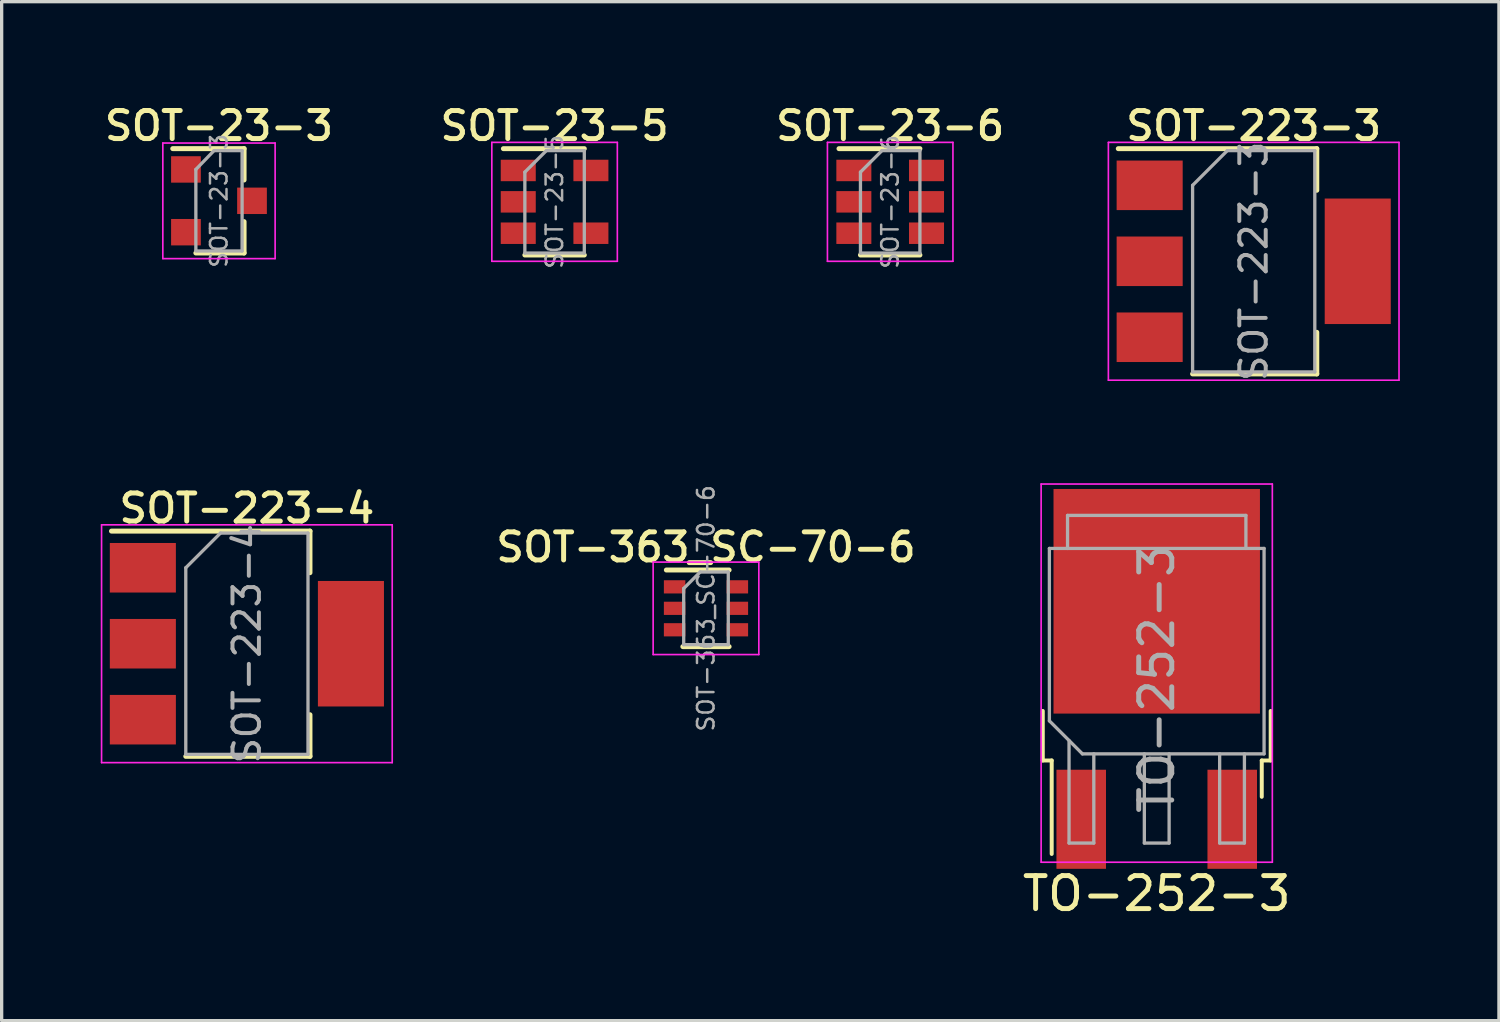
<source format=kicad_pcb>
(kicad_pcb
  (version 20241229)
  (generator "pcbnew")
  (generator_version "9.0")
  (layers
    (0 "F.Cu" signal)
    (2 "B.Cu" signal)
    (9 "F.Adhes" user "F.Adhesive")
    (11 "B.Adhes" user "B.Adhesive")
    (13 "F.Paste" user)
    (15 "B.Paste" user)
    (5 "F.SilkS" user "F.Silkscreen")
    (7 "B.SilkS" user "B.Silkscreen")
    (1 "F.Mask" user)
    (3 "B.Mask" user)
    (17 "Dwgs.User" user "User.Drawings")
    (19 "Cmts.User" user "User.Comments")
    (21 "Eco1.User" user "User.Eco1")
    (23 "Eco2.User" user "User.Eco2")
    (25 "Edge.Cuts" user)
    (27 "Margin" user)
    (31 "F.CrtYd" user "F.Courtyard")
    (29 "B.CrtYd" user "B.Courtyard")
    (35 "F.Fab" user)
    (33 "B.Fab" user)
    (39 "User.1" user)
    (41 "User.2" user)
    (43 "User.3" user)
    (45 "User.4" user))
  (footprint "SOT-223-3"
    (layer "F.Cu")
    (at 34.908 4.861)
    (property "Reference" "SOT-223-3" (at 0 -4.1 0) (layer "F.SilkS") (effects (font (size 0.85 0.85) (thickness 0.15))))
    (attr smd)
    (fp_line (start -4.1 -3.41) (end 1.91 -3.41) (stroke (width 0.15) (type solid)) (layer "F.SilkS"))
    (fp_line (start -1.85 3.41) (end 1.91 3.41) (stroke (width 0.15) (type solid)) (layer "F.SilkS"))
    (fp_line (start 1.91 -3.41) (end 1.91 -2.15) (stroke (width 0.15) (type solid)) (layer "F.SilkS"))
    (fp_line (start 1.91 3.41) (end 1.91 2.15) (stroke (width 0.15) (type solid)) (layer "F.SilkS"))
    (fp_line (start -4.4 -3.6) (end -4.4 3.6) (stroke (width 0.05) (type solid)) (layer "F.CrtYd"))
    (fp_line (start -4.4 3.6) (end 4.4 3.6) (stroke (width 0.05) (type solid)) (layer "F.CrtYd"))
    (fp_line (start 4.4 -3.6) (end -4.4 -3.6) (stroke (width 0.05) (type solid)) (layer "F.CrtYd"))
    (fp_line (start 4.4 3.6) (end 4.4 -3.6) (stroke (width 0.05) (type solid)) (layer "F.CrtYd"))
    (fp_line (start -1.85 -2.3) (end -1.85 3.35) (stroke (width 0.1) (type solid)) (layer "F.Fab"))
    (fp_line (start -1.85 -2.3) (end -0.8 -3.35) (stroke (width 0.1) (type solid)) (layer "F.Fab"))
    (fp_line (start -1.85 3.35) (end 1.85 3.35) (stroke (width 0.1) (type solid)) (layer "F.Fab"))
    (fp_line (start -0.8 -3.35) (end 1.85 -3.35) (stroke (width 0.1) (type solid)) (layer "F.Fab"))
    (fp_line (start 1.85 -3.35) (end 1.85 3.35) (stroke (width 0.1) (type solid)) (layer "F.Fab"))
    (fp_text user "${REFERENCE}" (at 0 0 90) (layer "F.Fab") (effects (font (size 0.8 0.8) (thickness 0.12))))
    (pad "1" smd rect (at -3.15 -2.3) (size 2 1.5) (layers "F.Cu" "F.Mask" "F.Paste"))
    (pad "2" smd rect (at -3.15 0) (size 2 1.5) (layers "F.Cu" "F.Mask" "F.Paste"))
    (pad "3" smd rect (at -3.15 2.3) (size 2 1.5) (layers "F.Cu" "F.Mask" "F.Paste"))
    (pad "4" smd rect (at 3.15 0) (size 2 3.8) (layers "F.Cu" "F.Mask" "F.Paste")))
  (footprint "SOT-223-4"
    (layer "F.Cu")
    (at 4.425 16.44)
    (property "Reference" "SOT-223-4" (at 0 -4.1 0) (layer "F.SilkS") (effects (font (size 0.85 0.85) (thickness 0.15))))
    (attr smd)
    (fp_line (start -4.1 -3.41) (end 1.91 -3.41) (stroke (width 0.15) (type solid)) (layer "F.SilkS"))
    (fp_line (start -1.85 3.41) (end 1.91 3.41) (stroke (width 0.15) (type solid)) (layer "F.SilkS"))
    (fp_line (start 1.91 -3.41) (end 1.91 -2.15) (stroke (width 0.15) (type solid)) (layer "F.SilkS"))
    (fp_line (start 1.91 3.41) (end 1.91 2.15) (stroke (width 0.15) (type solid)) (layer "F.SilkS"))
    (fp_line (start -4.4 -3.6) (end -4.4 3.6) (stroke (width 0.05) (type solid)) (layer "F.CrtYd"))
    (fp_line (start -4.4 3.6) (end 4.4 3.6) (stroke (width 0.05) (type solid)) (layer "F.CrtYd"))
    (fp_line (start 4.4 -3.6) (end -4.4 -3.6) (stroke (width 0.05) (type solid)) (layer "F.CrtYd"))
    (fp_line (start 4.4 3.6) (end 4.4 -3.6) (stroke (width 0.05) (type solid)) (layer "F.CrtYd"))
    (fp_line (start -1.85 -2.3) (end -1.85 3.35) (stroke (width 0.1) (type solid)) (layer "F.Fab"))
    (fp_line (start -1.85 -2.3) (end -0.8 -3.35) (stroke (width 0.1) (type solid)) (layer "F.Fab"))
    (fp_line (start -1.85 3.35) (end 1.85 3.35) (stroke (width 0.1) (type solid)) (layer "F.Fab"))
    (fp_line (start -0.8 -3.35) (end 1.85 -3.35) (stroke (width 0.1) (type solid)) (layer "F.Fab"))
    (fp_line (start 1.85 -3.35) (end 1.85 3.35) (stroke (width 0.1) (type solid)) (layer "F.Fab"))
    (fp_text user "${REFERENCE}" (at 0 0 90) (layer "F.Fab") (effects (font (size 0.8 0.8) (thickness 0.12))))
    (pad "" smd rect (at 2.62 -1) (size 0.9 1.75) (layers "F.Paste"))
    (pad "" smd rect (at 2.62 1) (size 0.9 1.75) (layers "F.Paste"))
    (pad "" smd rect (at 3.68 -1) (size 0.9 1.75) (layers "F.Paste"))
    (pad "" smd rect (at 3.68 1) (size 0.9 1.75) (layers "F.Paste"))
    (pad "1" smd rect (at -3.15 -2.3) (size 2 1.5) (layers "F.Cu" "F.Mask" "F.Paste"))
    (pad "2" smd rect (at -3.15 0) (size 2 1.5) (layers "F.Cu" "F.Mask" "F.Paste"))
    (pad "3" smd rect (at -3.15 2.3) (size 2 1.5) (layers "F.Cu" "F.Mask" "F.Paste"))
    (pad "4" smd rect (at 3.15 0) (size 2 3.8) (layers "F.Cu" "F.Mask")))
  (footprint "SOT-23-5"
    (layer "F.Cu")
    (at 13.741 3.061)
    (property "Reference" "SOT-23-5" (at 0 -2.3 0) (layer "F.SilkS") (effects (font (size 0.85 0.85) (thickness 0.15))))
    (attr smd)
    (fp_line (start -0.9 1.61) (end 0.9 1.61) (stroke (width 0.15) (type solid)) (layer "F.SilkS"))
    (fp_line (start 0.9 -1.61) (end -1.55 -1.61) (stroke (width 0.15) (type solid)) (layer "F.SilkS"))
    (fp_line (start -1.9 -1.8) (end 1.9 -1.8) (stroke (width 0.05) (type solid)) (layer "F.CrtYd"))
    (fp_line (start -1.9 1.8) (end -1.9 -1.8) (stroke (width 0.05) (type solid)) (layer "F.CrtYd"))
    (fp_line (start 1.9 -1.8) (end 1.9 1.8) (stroke (width 0.05) (type solid)) (layer "F.CrtYd"))
    (fp_line (start 1.9 1.8) (end -1.9 1.8) (stroke (width 0.05) (type solid)) (layer "F.CrtYd"))
    (fp_line (start -0.9 -0.9) (end -0.9 1.55) (stroke (width 0.1) (type solid)) (layer "F.Fab"))
    (fp_line (start -0.9 -0.9) (end -0.25 -1.55) (stroke (width 0.1) (type solid)) (layer "F.Fab"))
    (fp_line (start 0.9 -1.55) (end -0.25 -1.55) (stroke (width 0.1) (type solid)) (layer "F.Fab"))
    (fp_line (start 0.9 -1.55) (end 0.9 1.55) (stroke (width 0.1) (type solid)) (layer "F.Fab"))
    (fp_line (start 0.9 1.55) (end -0.9 1.55) (stroke (width 0.1) (type solid)) (layer "F.Fab"))
    (fp_text user "${REFERENCE}" (at 0 0 90) (layer "F.Fab") (effects (font (size 0.5 0.5) (thickness 0.075))))
    (pad "1" smd rect (at -1.1 -0.95) (size 1.06 0.65) (layers "F.Cu" "F.Mask" "F.Paste"))
    (pad "2" smd rect (at -1.1 0) (size 1.06 0.65) (layers "F.Cu" "F.Mask" "F.Paste"))
    (pad "3" smd rect (at -1.1 0.95) (size 1.06 0.65) (layers "F.Cu" "F.Mask" "F.Paste"))
    (pad "4" smd rect (at 1.1 0.95) (size 1.06 0.65) (layers "F.Cu" "F.Mask" "F.Paste"))
    (pad "5" smd rect (at 1.1 -0.95) (size 1.06 0.65) (layers "F.Cu" "F.Mask" "F.Paste")))
  (footprint "SOT-23-6"
    (layer "F.Cu")
    (at 23.902 3.061)
    (property "Reference" "SOT-23-6" (at 0 -2.3 0) (layer "F.SilkS") (effects (font (size 0.85 0.85) (thickness 0.15))))
    (attr smd)
    (fp_line (start -0.9 1.61) (end 0.9 1.61) (stroke (width 0.15) (type solid)) (layer "F.SilkS"))
    (fp_line (start 0.9 -1.61) (end -1.55 -1.61) (stroke (width 0.15) (type solid)) (layer "F.SilkS"))
    (fp_line (start -1.9 -1.8) (end -1.9 1.8) (stroke (width 0.05) (type solid)) (layer "F.CrtYd"))
    (fp_line (start -1.9 1.8) (end 1.9 1.8) (stroke (width 0.05) (type solid)) (layer "F.CrtYd"))
    (fp_line (start 1.9 -1.8) (end -1.9 -1.8) (stroke (width 0.05) (type solid)) (layer "F.CrtYd"))
    (fp_line (start 1.9 1.8) (end 1.9 -1.8) (stroke (width 0.05) (type solid)) (layer "F.CrtYd"))
    (fp_line (start -0.9 -0.9) (end -0.9 1.55) (stroke (width 0.1) (type solid)) (layer "F.Fab"))
    (fp_line (start -0.9 -0.9) (end -0.25 -1.55) (stroke (width 0.1) (type solid)) (layer "F.Fab"))
    (fp_line (start 0.9 -1.55) (end -0.25 -1.55) (stroke (width 0.1) (type solid)) (layer "F.Fab"))
    (fp_line (start 0.9 -1.55) (end 0.9 1.55) (stroke (width 0.1) (type solid)) (layer "F.Fab"))
    (fp_line (start 0.9 1.55) (end -0.9 1.55) (stroke (width 0.1) (type solid)) (layer "F.Fab"))
    (fp_text user "${REFERENCE}" (at 0 0 90) (layer "F.Fab") (effects (font (size 0.5 0.5) (thickness 0.075))))
    (pad "1" smd rect (at -1.1 -0.95) (size 1.06 0.65) (layers "F.Cu" "F.Mask" "F.Paste"))
    (pad "2" smd rect (at -1.1 0) (size 1.06 0.65) (layers "F.Cu" "F.Mask" "F.Paste"))
    (pad "3" smd rect (at -1.1 0.95) (size 1.06 0.65) (layers "F.Cu" "F.Mask" "F.Paste"))
    (pad "4" smd rect (at 1.1 0.95) (size 1.06 0.65) (layers "F.Cu" "F.Mask" "F.Paste"))
    (pad "5" smd rect (at 1.1 0) (size 1.06 0.65) (layers "F.Cu" "F.Mask" "F.Paste"))
    (pad "6" smd rect (at 1.1 -0.95) (size 1.06 0.65) (layers "F.Cu" "F.Mask" "F.Paste")))
  (footprint "SOT-363_SC-70-6"
    (layer "F.Cu")
    (at 18.325 15.368)
    (property "Reference" "SOT-363_SC-70-6" (at 0 -1.85 0) (layer "F.SilkS") (effects (font (size 0.85 0.85) (thickness 0.15))))
    (attr smd)
    (fp_line (start -0.7 1.16) (end 0.7 1.16) (stroke (width 0.15) (type solid)) (layer "F.SilkS"))
    (fp_line (start 0.7 -1.16) (end -1.2 -1.16) (stroke (width 0.15) (type solid)) (layer "F.SilkS"))
    (fp_line (start -1.6 -1.4) (end -1.6 1.4) (stroke (width 0.05) (type solid)) (layer "F.CrtYd"))
    (fp_line (start -1.6 -1.4) (end 1.6 -1.4) (stroke (width 0.05) (type solid)) (layer "F.CrtYd"))
    (fp_line (start -1.6 1.4) (end 1.6 1.4) (stroke (width 0.05) (type solid)) (layer "F.CrtYd"))
    (fp_line (start 1.6 1.4) (end 1.6 -1.4) (stroke (width 0.05) (type solid)) (layer "F.CrtYd"))
    (fp_line (start -0.675 -0.6) (end -0.675 1.1) (stroke (width 0.1) (type solid)) (layer "F.Fab"))
    (fp_line (start -0.175 -1.1) (end -0.675 -0.6) (stroke (width 0.1) (type solid)) (layer "F.Fab"))
    (fp_line (start 0.675 -1.1) (end -0.175 -1.1) (stroke (width 0.1) (type solid)) (layer "F.Fab"))
    (fp_line (start 0.675 -1.1) (end 0.675 1.1) (stroke (width 0.1) (type solid)) (layer "F.Fab"))
    (fp_line (start 0.675 1.1) (end -0.675 1.1) (stroke (width 0.1) (type solid)) (layer "F.Fab"))
    (fp_text user "${REFERENCE}" (at 0 0 90) (layer "F.Fab") (effects (font (size 0.5 0.5) (thickness 0.075))))
    (pad "1" smd rect (at -0.95 -0.65) (size 0.65 0.4) (layers "F.Cu" "F.Mask" "F.Paste"))
    (pad "2" smd rect (at -0.95 0) (size 0.65 0.4) (layers "F.Cu" "F.Mask" "F.Paste"))
    (pad "3" smd rect (at -0.95 0.65) (size 0.65 0.4) (layers "F.Cu" "F.Mask" "F.Paste"))
    (pad "4" smd rect (at 0.95 0.65) (size 0.65 0.4) (layers "F.Cu" "F.Mask" "F.Paste"))
    (pad "5" smd rect (at 0.95 0) (size 0.65 0.4) (layers "F.Cu" "F.Mask" "F.Paste"))
    (pad "6" smd rect (at 0.95 -0.65) (size 0.65 0.4) (layers "F.Cu" "F.Mask" "F.Paste")))
  (footprint "TO-252-3"
    (layer "F.Cu")
    (at 31.972 17.505)
    (property "Reference" "TO-252-3" (at 0 6.5 0) (layer "F.SilkS") (effects (font (size 1 1) (thickness 0.15))))
    (attr smd)
    (fp_line (start -3.45 0.97) (end -3.45 2.47) (stroke (width 0.12) (type solid)) (layer "F.SilkS"))
    (fp_line (start -3.45 2.47) (end -3.18 2.47) (stroke (width 0.12) (type solid)) (layer "F.SilkS"))
    (fp_line (start -3.18 2.47) (end -3.18 5.3) (stroke (width 0.12) (type solid)) (layer "F.SilkS"))
    (fp_line (start 3.18 2.47) (end 3.18 3.57) (stroke (width 0.12) (type solid)) (layer "F.SilkS"))
    (fp_line (start 3.45 0.97) (end 3.45 2.47) (stroke (width 0.12) (type solid)) (layer "F.SilkS"))
    (fp_line (start 3.45 2.47) (end 3.18 2.47) (stroke (width 0.12) (type solid)) (layer "F.SilkS"))
    (fp_line (start -3.5 -5.9) (end -3.5 5.55) (stroke (width 0.05) (type solid)) (layer "F.CrtYd"))
    (fp_line (start -3.5 5.55) (end 3.5 5.55) (stroke (width 0.05) (type solid)) (layer "F.CrtYd"))
    (fp_line (start 3.5 -5.9) (end -3.5 -5.9) (stroke (width 0.05) (type solid)) (layer "F.CrtYd"))
    (fp_line (start 3.5 5.55) (end 3.5 -5.9) (stroke (width 0.05) (type solid)) (layer "F.CrtYd"))
    (fp_line (start -3.25 -3.95) (end 3.25 -3.95) (stroke (width 0.1) (type solid)) (layer "F.Fab"))
    (fp_line (start -3.25 1.27) (end -3.25 -3.95) (stroke (width 0.1) (type solid)) (layer "F.Fab"))
    (fp_line (start -2.7 -4.95) (end 2.7 -4.95) (stroke (width 0.1) (type solid)) (layer "F.Fab"))
    (fp_line (start -2.7 -3.95) (end -2.7 -4.95) (stroke (width 0.1) (type solid)) (layer "F.Fab"))
    (fp_line (start -2.655 1.865) (end -2.655 4.97) (stroke (width 0.1) (type solid)) (layer "F.Fab"))
    (fp_line (start -2.655 4.97) (end -1.905 4.97) (stroke (width 0.1) (type solid)) (layer "F.Fab"))
    (fp_line (start -2.25 2.27) (end -3.25 1.27) (stroke (width 0.1) (type solid)) (layer "F.Fab"))
    (fp_line (start -1.905 4.97) (end -1.905 2.27) (stroke (width 0.1) (type solid)) (layer "F.Fab"))
    (fp_line (start -0.375 2.27) (end -0.375 4.97) (stroke (width 0.1) (type solid)) (layer "F.Fab"))
    (fp_line (start -0.375 4.97) (end 0.375 4.97) (stroke (width 0.1) (type solid)) (layer "F.Fab"))
    (fp_line (start 0.375 4.97) (end 0.375 2.27) (stroke (width 0.1) (type solid)) (layer "F.Fab"))
    (fp_line (start 1.905 2.27) (end 1.905 4.97) (stroke (width 0.1) (type solid)) (layer "F.Fab"))
    (fp_line (start 1.905 4.97) (end 2.655 4.97) (stroke (width 0.1) (type solid)) (layer "F.Fab"))
    (fp_line (start 2.655 4.97) (end 2.655 2.27) (stroke (width 0.1) (type solid)) (layer "F.Fab"))
    (fp_line (start 2.7 -4.95) (end 2.7 -3.95) (stroke (width 0.1) (type solid)) (layer "F.Fab"))
    (fp_line (start 3.25 -3.95) (end 3.25 2.27) (stroke (width 0.1) (type solid)) (layer "F.Fab"))
    (fp_line (start 3.25 2.27) (end -2.25 2.27) (stroke (width 0.1) (type solid)) (layer "F.Fab"))
    (fp_text user "${REFERENCE}" (at 0 0 90) (layer "F.Fab") (effects (font (size 1 1) (thickness 0.15))))
    (pad "" smd rect (at -1.7 -4.1 90) (size 3.1 2.8) (layers "F.Paste"))
    (pad "" smd rect (at -1.7 -0.6 90) (size 3.1 2.8) (layers "F.Paste"))
    (pad "" smd rect (at 1.688 -4.1 90) (size 3.1 2.8) (layers "F.Paste"))
    (pad "" smd rect (at 1.7 -0.6 90) (size 3.1 2.8) (layers "F.Paste"))
    (pad "1" smd rect (at -2.286 4.25) (size 1.5 3) (layers "F.Cu" "F.Mask" "F.Paste"))
    (pad "2" smd rect (at 2.286 4.25) (size 1.5 3) (layers "F.Cu" "F.Mask" "F.Paste"))
    (pad "3" smd rect (at 0 -2.35) (size 6.25 6.8) (layers "F.Cu" "F.Mask")))
  (footprint "SOT-23-3"
    (layer "F.Cu")
    (at 3.58 3.03)
    (property "Reference" "SOT-23-3" (at 0 -2.27 0) (layer "F.SilkS") (effects (font (size 0.85 0.85) (thickness 0.15))))
    (attr smd)
    (fp_line (start 0.76 -1.58) (end -1.4 -1.58) (stroke (width 0.15) (type solid)) (layer "F.SilkS"))
    (fp_line (start 0.76 -1.58) (end 0.76 -0.63) (stroke (width 0.15) (type solid)) (layer "F.SilkS"))
    (fp_line (start 0.76 1.58) (end -0.7 1.58) (stroke (width 0.15) (type solid)) (layer "F.SilkS"))
    (fp_line (start 0.76 1.58) (end 0.76 0.63) (stroke (width 0.15) (type solid)) (layer "F.SilkS"))
    (fp_line (start -1.7 -1.75) (end 1.7 -1.75) (stroke (width 0.05) (type solid)) (layer "F.CrtYd"))
    (fp_line (start -1.7 1.75) (end -1.7 -1.75) (stroke (width 0.05) (type solid)) (layer "F.CrtYd"))
    (fp_line (start 1.7 -1.75) (end 1.7 1.75) (stroke (width 0.05) (type solid)) (layer "F.CrtYd"))
    (fp_line (start 1.7 1.75) (end -1.7 1.75) (stroke (width 0.05) (type solid)) (layer "F.CrtYd"))
    (fp_line (start -0.7 -0.95) (end -0.7 1.5) (stroke (width 0.1) (type solid)) (layer "F.Fab"))
    (fp_line (start -0.7 -0.95) (end -0.15 -1.52) (stroke (width 0.1) (type solid)) (layer "F.Fab"))
    (fp_line (start -0.7 1.52) (end 0.7 1.52) (stroke (width 0.1) (type solid)) (layer "F.Fab"))
    (fp_line (start -0.15 -1.52) (end 0.7 -1.52) (stroke (width 0.1) (type solid)) (layer "F.Fab"))
    (fp_line (start 0.7 -1.52) (end 0.7 1.52) (stroke (width 0.1) (type solid)) (layer "F.Fab"))
    (fp_text user "${REFERENCE}" (at 0 0 90) (layer "F.Fab") (effects (font (size 0.5 0.5) (thickness 0.075))))
    (pad "1" smd rect (at -1 -0.95) (size 0.9 0.8) (layers "F.Cu" "F.Mask" "F.Paste"))
    (pad "2" smd rect (at -1 0.95) (size 0.9 0.8) (layers "F.Cu" "F.Mask" "F.Paste"))
    (pad "3" smd rect (at 1 0) (size 0.9 0.8) (layers "F.Cu" "F.Mask" "F.Paste")))
  (gr_rect
    (start -3 -3)
    (end 42.333 27.853)
    (stroke (width 0.1) (type default))
    (fill no)
    (layer "Edge.Cuts")))
</source>
